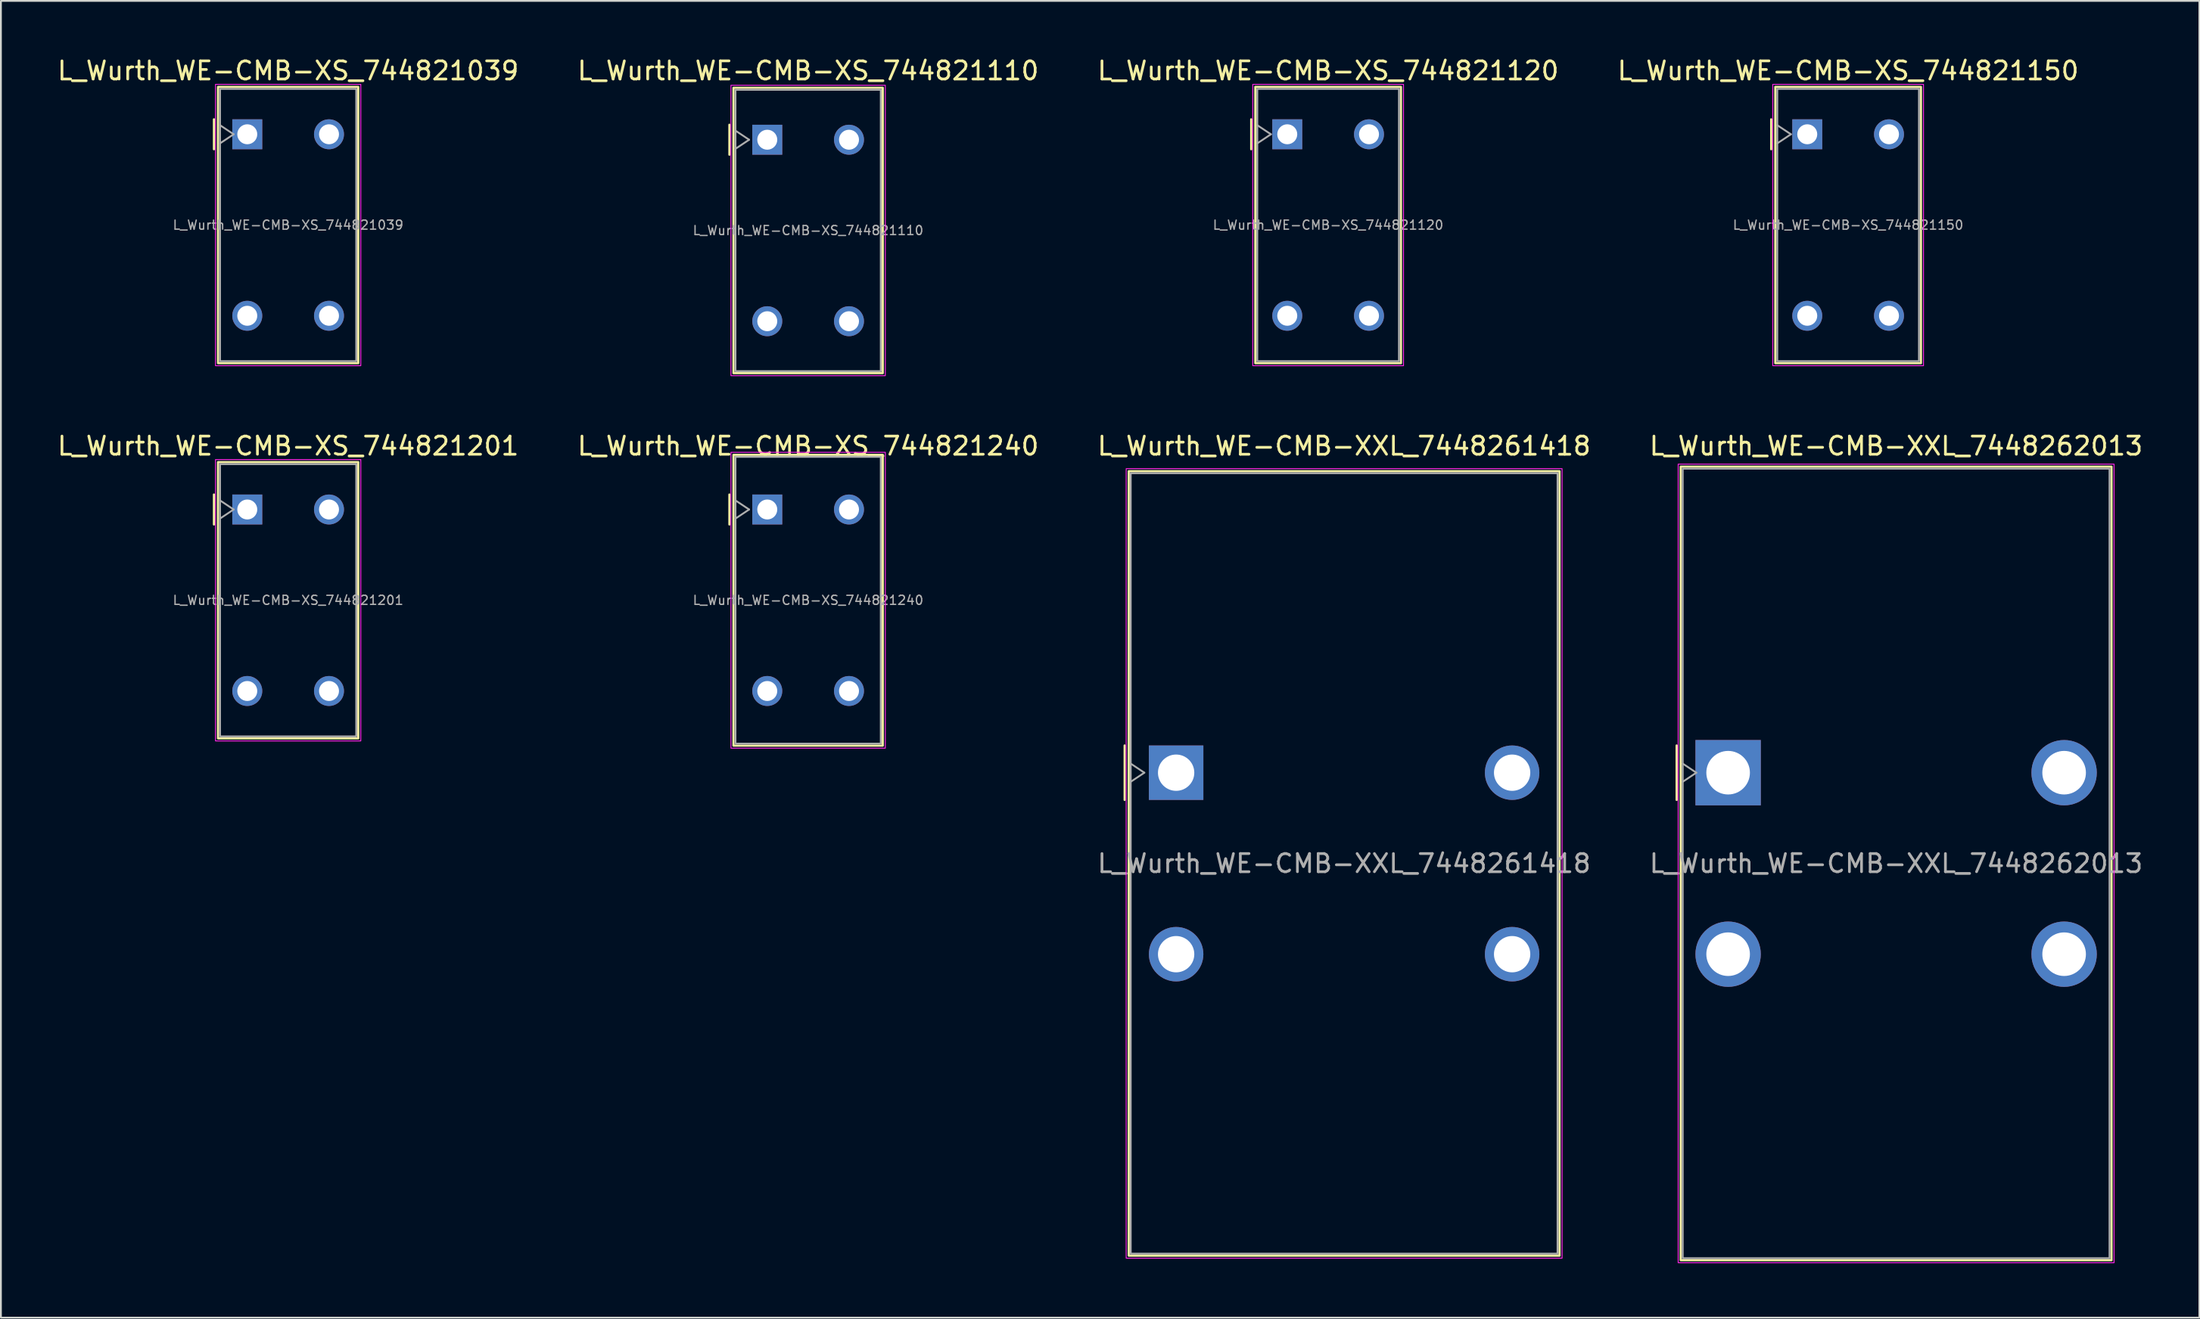
<source format=kicad_pcb>
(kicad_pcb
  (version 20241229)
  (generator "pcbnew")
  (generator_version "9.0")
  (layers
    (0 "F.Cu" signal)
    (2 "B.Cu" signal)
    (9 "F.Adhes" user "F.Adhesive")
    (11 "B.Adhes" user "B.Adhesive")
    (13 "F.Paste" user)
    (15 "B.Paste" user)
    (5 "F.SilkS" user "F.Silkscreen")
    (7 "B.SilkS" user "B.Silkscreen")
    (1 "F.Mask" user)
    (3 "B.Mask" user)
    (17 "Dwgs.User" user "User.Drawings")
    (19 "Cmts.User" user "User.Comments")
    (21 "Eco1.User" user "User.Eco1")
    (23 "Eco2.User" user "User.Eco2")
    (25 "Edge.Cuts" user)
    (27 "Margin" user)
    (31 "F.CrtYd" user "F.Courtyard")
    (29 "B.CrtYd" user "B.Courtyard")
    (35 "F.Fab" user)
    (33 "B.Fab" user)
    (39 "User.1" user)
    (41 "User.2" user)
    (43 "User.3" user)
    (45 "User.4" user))
  (footprint "L_Wurth_WE-CMB-XXL_7448261418"
    (layer "F.Cu")
    (at 61.708 39.522)
    (property "Reference" "L_Wurth_WE-CMB-XXL_7448261418" (at 9.25 -18 0) (unlocked yes) (layer "F.SilkS") (effects (font (size 1 1) (thickness 0.15))))
    (attr through_hole)
    (fp_line (start -2.835 -1.5) (end -2.835 1.5) (stroke (width 0.12) (type solid)) (layer "F.SilkS"))
    (fp_rect (start -2.61 -16.61) (end 21.11 26.61) (stroke (width 0.12) (type solid)) (fill no) (layer "F.SilkS"))
    (fp_rect (start -2.75 -16.75) (end 21.25 26.75) (stroke (width 0.05) (type solid)) (fill no) (layer "F.CrtYd"))
    (fp_line (start -2.5 -0.5) (end -1.75 0) (stroke (width 0.1) (type solid)) (layer "F.Fab"))
    (fp_line (start -1.75 0) (end -2.5 0.5) (stroke (width 0.1) (type solid)) (layer "F.Fab"))
    (fp_rect (start -2.5 -16.5) (end 21 26.5) (stroke (width 0.1) (type solid)) (fill no) (layer "F.Fab"))
    (fp_text user "${REFERENCE}" (at 9.25 5 0) (unlocked yes) (layer "F.Fab") (effects (font (size 1 1) (thickness 0.15))))
    (pad "1" thru_hole rect (at 0 0) (size 3 3) (drill 2) (layers "*.Cu" "*.Mask"))
    (pad "2" thru_hole circle (at 0 10) (size 3 3) (drill 2) (layers "*.Cu" "*.Mask"))
    (pad "3" thru_hole circle (at 18.5 10) (size 3 3) (drill 2) (layers "*.Cu" "*.Mask"))
    (pad "4" thru_hole circle (at 18.5 0) (size 3 3) (drill 2) (layers "*.Cu" "*.Mask")))
  (footprint "L_Wurth_WE-CMB-XS_744821110"
    (layer "F.Cu")
    (at 39.196 4.648)
    (property "Reference" "L_Wurth_WE-CMB-XS_744821110" (at 2.25 -3.8 0) (unlocked yes) (layer "F.SilkS") (effects (font (size 1 1) (thickness 0.15))))
    (attr through_hole)
    (fp_line (start -2.085 -0.825) (end -2.085 0.825) (stroke (width 0.12) (type solid)) (layer "F.SilkS"))
    (fp_rect (start -1.86 -2.86) (end 6.36 12.86) (stroke (width 0.12) (type solid)) (fill no) (layer "F.SilkS"))
    (fp_rect (start -2 -3) (end 6.5 13) (stroke (width 0.05) (type solid)) (fill no) (layer "F.CrtYd"))
    (fp_line (start -1.75 -0.5) (end -1 0) (stroke (width 0.1) (type solid)) (layer "F.Fab"))
    (fp_line (start -1 0) (end -1.75 0.5) (stroke (width 0.1) (type solid)) (layer "F.Fab"))
    (fp_rect (start -1.75 -2.75) (end 6.25 12.75) (stroke (width 0.1) (type solid)) (fill no) (layer "F.Fab"))
    (fp_text user "${REFERENCE}" (at 2.25 5 0) (unlocked yes) (layer "F.Fab") (effects (font (size 0.5 0.5) (thickness 0.075))))
    (pad "1" thru_hole rect (at 0 0) (size 1.65 1.65) (drill 1.1) (layers "*.Cu" "*.Mask"))
    (pad "2" thru_hole circle (at 0 10) (size 1.65 1.65) (drill 1.1) (layers "*.Cu" "*.Mask"))
    (pad "3" thru_hole circle (at 4.5 10) (size 1.65 1.65) (drill 1.1) (layers "*.Cu" "*.Mask"))
    (pad "4" thru_hole circle (at 4.5 0) (size 1.65 1.65) (drill 1.1) (layers "*.Cu" "*.Mask")))
  (footprint "L_Wurth_WE-CMB-XS_744821120"
    (layer "F.Cu")
    (at 67.827 4.348)
    (property "Reference" "L_Wurth_WE-CMB-XS_744821120" (at 2.25 -3.5 0) (unlocked yes) (layer "F.SilkS") (effects (font (size 1 1) (thickness 0.15))))
    (attr through_hole)
    (fp_line (start -1.985 -0.825) (end -1.985 0.825) (stroke (width 0.12) (type solid)) (layer "F.SilkS"))
    (fp_rect (start -1.76 -2.61) (end 6.26 12.61) (stroke (width 0.12) (type solid)) (fill no) (layer "F.SilkS"))
    (fp_rect (start -1.9 -2.75) (end 6.4 12.75) (stroke (width 0.05) (type solid)) (fill no) (layer "F.CrtYd"))
    (fp_line (start -1.65 -0.5) (end -0.9 0) (stroke (width 0.1) (type solid)) (layer "F.Fab"))
    (fp_line (start -0.9 0) (end -1.65 0.5) (stroke (width 0.1) (type solid)) (layer "F.Fab"))
    (fp_rect (start -1.65 -2.5) (end 6.15 12.5) (stroke (width 0.1) (type solid)) (fill no) (layer "F.Fab"))
    (fp_text user "${REFERENCE}" (at 2.25 5 0) (unlocked yes) (layer "F.Fab") (effects (font (size 0.5 0.5) (thickness 0.075))))
    (pad "1" thru_hole rect (at 0 0) (size 1.65 1.65) (drill 1.1) (layers "*.Cu" "*.Mask"))
    (pad "2" thru_hole circle (at 0 10) (size 1.65 1.65) (drill 1.1) (layers "*.Cu" "*.Mask"))
    (pad "3" thru_hole circle (at 4.5 10) (size 1.65 1.65) (drill 1.1) (layers "*.Cu" "*.Mask"))
    (pad "4" thru_hole circle (at 4.5 0) (size 1.65 1.65) (drill 1.1) (layers "*.Cu" "*.Mask")))
  (footprint "L_Wurth_WE-CMB-XS_744821039"
    (layer "F.Cu")
    (at 10.565 4.348)
    (property "Reference" "L_Wurth_WE-CMB-XS_744821039" (at 2.25 -3.5 0) (unlocked yes) (layer "F.SilkS") (effects (font (size 1 1) (thickness 0.15))))
    (attr through_hole)
    (fp_line (start -1.835 -0.825) (end -1.835 0.825) (stroke (width 0.12) (type solid)) (layer "F.SilkS"))
    (fp_rect (start -1.61 -2.61) (end 6.11 12.61) (stroke (width 0.12) (type solid)) (fill no) (layer "F.SilkS"))
    (fp_rect (start -1.75 -2.75) (end 6.25 12.75) (stroke (width 0.05) (type solid)) (fill no) (layer "F.CrtYd"))
    (fp_line (start -1.5 -0.5) (end -0.75 0) (stroke (width 0.1) (type solid)) (layer "F.Fab"))
    (fp_line (start -0.75 0) (end -1.5 0.5) (stroke (width 0.1) (type solid)) (layer "F.Fab"))
    (fp_rect (start -1.5 -2.5) (end 6 12.5) (stroke (width 0.1) (type solid)) (fill no) (layer "F.Fab"))
    (fp_text user "${REFERENCE}" (at 2.25 5 0) (unlocked yes) (layer "F.Fab") (effects (font (size 0.5 0.5) (thickness 0.075))))
    (pad "1" thru_hole rect (at 0 0) (size 1.65 1.65) (drill 1.1) (layers "*.Cu" "*.Mask"))
    (pad "2" thru_hole circle (at 0 10) (size 1.65 1.65) (drill 1.1) (layers "*.Cu" "*.Mask"))
    (pad "3" thru_hole circle (at 4.5 10) (size 1.65 1.65) (drill 1.1) (layers "*.Cu" "*.Mask"))
    (pad "4" thru_hole circle (at 4.5 0) (size 1.65 1.65) (drill 1.1) (layers "*.Cu" "*.Mask")))
  (footprint "L_Wurth_WE-CMB-XS_744821201"
    (layer "F.Cu")
    (at 10.565 25.021)
    (property "Reference" "L_Wurth_WE-CMB-XS_744821201" (at 2.25 -3.5 0) (unlocked yes) (layer "F.SilkS") (effects (font (size 1 1) (thickness 0.15))))
    (attr through_hole)
    (fp_line (start -1.835 -0.825) (end -1.835 0.825) (stroke (width 0.12) (type solid)) (layer "F.SilkS"))
    (fp_rect (start -1.61 -2.61) (end 6.11 12.61) (stroke (width 0.12) (type solid)) (fill no) (layer "F.SilkS"))
    (fp_rect (start -1.75 -2.75) (end 6.25 12.75) (stroke (width 0.05) (type solid)) (fill no) (layer "F.CrtYd"))
    (fp_line (start -1.5 -0.5) (end -0.75 0) (stroke (width 0.1) (type solid)) (layer "F.Fab"))
    (fp_line (start -0.75 0) (end -1.5 0.5) (stroke (width 0.1) (type solid)) (layer "F.Fab"))
    (fp_rect (start -1.5 -2.5) (end 6 12.5) (stroke (width 0.1) (type solid)) (fill no) (layer "F.Fab"))
    (fp_text user "${REFERENCE}" (at 2.25 5 0) (unlocked yes) (layer "F.Fab") (effects (font (size 0.5 0.5) (thickness 0.075))))
    (pad "1" thru_hole rect (at 0 0) (size 1.65 1.65) (drill 1.1) (layers "*.Cu" "*.Mask"))
    (pad "2" thru_hole circle (at 0 10) (size 1.65 1.65) (drill 1.1) (layers "*.Cu" "*.Mask"))
    (pad "3" thru_hole circle (at 4.5 10) (size 1.65 1.65) (drill 1.1) (layers "*.Cu" "*.Mask"))
    (pad "4" thru_hole circle (at 4.5 0) (size 1.65 1.65) (drill 1.1) (layers "*.Cu" "*.Mask")))
  (footprint "L_Wurth_WE-CMB-XS_744821150"
    (layer "F.Cu")
    (at 96.458 4.348)
    (property "Reference" "L_Wurth_WE-CMB-XS_744821150" (at 2.25 -3.5 0) (unlocked yes) (layer "F.SilkS") (effects (font (size 1 1) (thickness 0.15))))
    (attr through_hole)
    (fp_line (start -1.985 -0.825) (end -1.985 0.825) (stroke (width 0.12) (type solid)) (layer "F.SilkS"))
    (fp_rect (start -1.76 -2.61) (end 6.26 12.61) (stroke (width 0.12) (type solid)) (fill no) (layer "F.SilkS"))
    (fp_rect (start -1.9 -2.75) (end 6.4 12.75) (stroke (width 0.05) (type solid)) (fill no) (layer "F.CrtYd"))
    (fp_line (start -1.65 -0.5) (end -0.9 0) (stroke (width 0.1) (type solid)) (layer "F.Fab"))
    (fp_line (start -0.9 0) (end -1.65 0.5) (stroke (width 0.1) (type solid)) (layer "F.Fab"))
    (fp_rect (start -1.65 -2.5) (end 6.15 12.5) (stroke (width 0.1) (type solid)) (fill no) (layer "F.Fab"))
    (fp_text user "${REFERENCE}" (at 2.25 5 0) (unlocked yes) (layer "F.Fab") (effects (font (size 0.5 0.5) (thickness 0.075))))
    (pad "1" thru_hole rect (at 0 0) (size 1.65 1.65) (drill 1.1) (layers "*.Cu" "*.Mask"))
    (pad "2" thru_hole circle (at 0 10) (size 1.65 1.65) (drill 1.1) (layers "*.Cu" "*.Mask"))
    (pad "3" thru_hole circle (at 4.5 10) (size 1.65 1.65) (drill 1.1) (layers "*.Cu" "*.Mask"))
    (pad "4" thru_hole circle (at 4.5 0) (size 1.65 1.65) (drill 1.1) (layers "*.Cu" "*.Mask")))
  (footprint "L_Wurth_WE-CMB-XS_744821240"
    (layer "F.Cu")
    (at 39.196 25.021)
    (property "Reference" "L_Wurth_WE-CMB-XS_744821240" (at 2.25 -3.5 0) (unlocked yes) (layer "F.SilkS") (effects (font (size 1 1) (thickness 0.15))))
    (attr through_hole)
    (fp_line (start -2.085 -0.825) (end -2.085 0.825) (stroke (width 0.12) (type solid)) (layer "F.SilkS"))
    (fp_rect (start -1.86 -3.01) (end 6.36 13.01) (stroke (width 0.12) (type solid)) (fill no) (layer "F.SilkS"))
    (fp_rect (start -2 -3.15) (end 6.5 13.15) (stroke (width 0.05) (type solid)) (fill no) (layer "F.CrtYd"))
    (fp_line (start -1.75 -0.5) (end -1 0) (stroke (width 0.1) (type solid)) (layer "F.Fab"))
    (fp_line (start -1 0) (end -1.75 0.5) (stroke (width 0.1) (type solid)) (layer "F.Fab"))
    (fp_rect (start -1.75 -2.9) (end 6.25 12.9) (stroke (width 0.1) (type solid)) (fill no) (layer "F.Fab"))
    (fp_text user "${REFERENCE}" (at 2.25 5 0) (unlocked yes) (layer "F.Fab") (effects (font (size 0.5 0.5) (thickness 0.075))))
    (pad "1" thru_hole rect (at 0 0) (size 1.65 1.65) (drill 1.1) (layers "*.Cu" "*.Mask"))
    (pad "2" thru_hole circle (at 0 10) (size 1.65 1.65) (drill 1.1) (layers "*.Cu" "*.Mask"))
    (pad "3" thru_hole circle (at 4.5 10) (size 1.65 1.65) (drill 1.1) (layers "*.Cu" "*.Mask"))
    (pad "4" thru_hole circle (at 4.5 0) (size 1.65 1.65) (drill 1.1) (layers "*.Cu" "*.Mask")))
  (footprint "L_Wurth_WE-CMB-XXL_7448262013"
    (layer "F.Cu")
    (at 92.101 39.522)
    (property "Reference" "L_Wurth_WE-CMB-XXL_7448262013" (at 9.25 -18 0) (unlocked yes) (layer "F.SilkS") (effects (font (size 1 1) (thickness 0.15))))
    (attr through_hole)
    (fp_line (start -2.835 -1.5) (end -2.835 1.5) (stroke (width 0.12) (type solid)) (layer "F.SilkS"))
    (fp_rect (start -2.61 -16.86) (end 21.11 26.86) (stroke (width 0.12) (type solid)) (fill no) (layer "F.SilkS"))
    (fp_rect (start -2.75 -17) (end 21.25 27) (stroke (width 0.05) (type solid)) (fill no) (layer "F.CrtYd"))
    (fp_line (start -2.5 -0.5) (end -1.75 0) (stroke (width 0.1) (type solid)) (layer "F.Fab"))
    (fp_line (start -1.75 0) (end -2.5 0.5) (stroke (width 0.1) (type solid)) (layer "F.Fab"))
    (fp_rect (start -2.5 -16.75) (end 21 26.75) (stroke (width 0.1) (type solid)) (fill no) (layer "F.Fab"))
    (fp_text user "${REFERENCE}" (at 9.25 5 0) (unlocked yes) (layer "F.Fab") (effects (font (size 1 1) (thickness 0.15))))
    (pad "1" thru_hole rect (at 0 0) (size 3.6 3.6) (drill 2.4) (layers "*.Cu" "*.Mask"))
    (pad "2" thru_hole circle (at 0 10) (size 3.6 3.6) (drill 2.4) (layers "*.Cu" "*.Mask"))
    (pad "3" thru_hole circle (at 18.5 10) (size 3.6 3.6) (drill 2.4) (layers "*.Cu" "*.Mask"))
    (pad "4" thru_hole circle (at 18.5 0) (size 3.6 3.6) (drill 2.4) (layers "*.Cu" "*.Mask")))
  (gr_rect
    (start -3 -3)
    (end 118.048 69.546)
    (stroke (width 0.1) (type default))
    (fill no)
    (layer "Edge.Cuts")))
</source>
